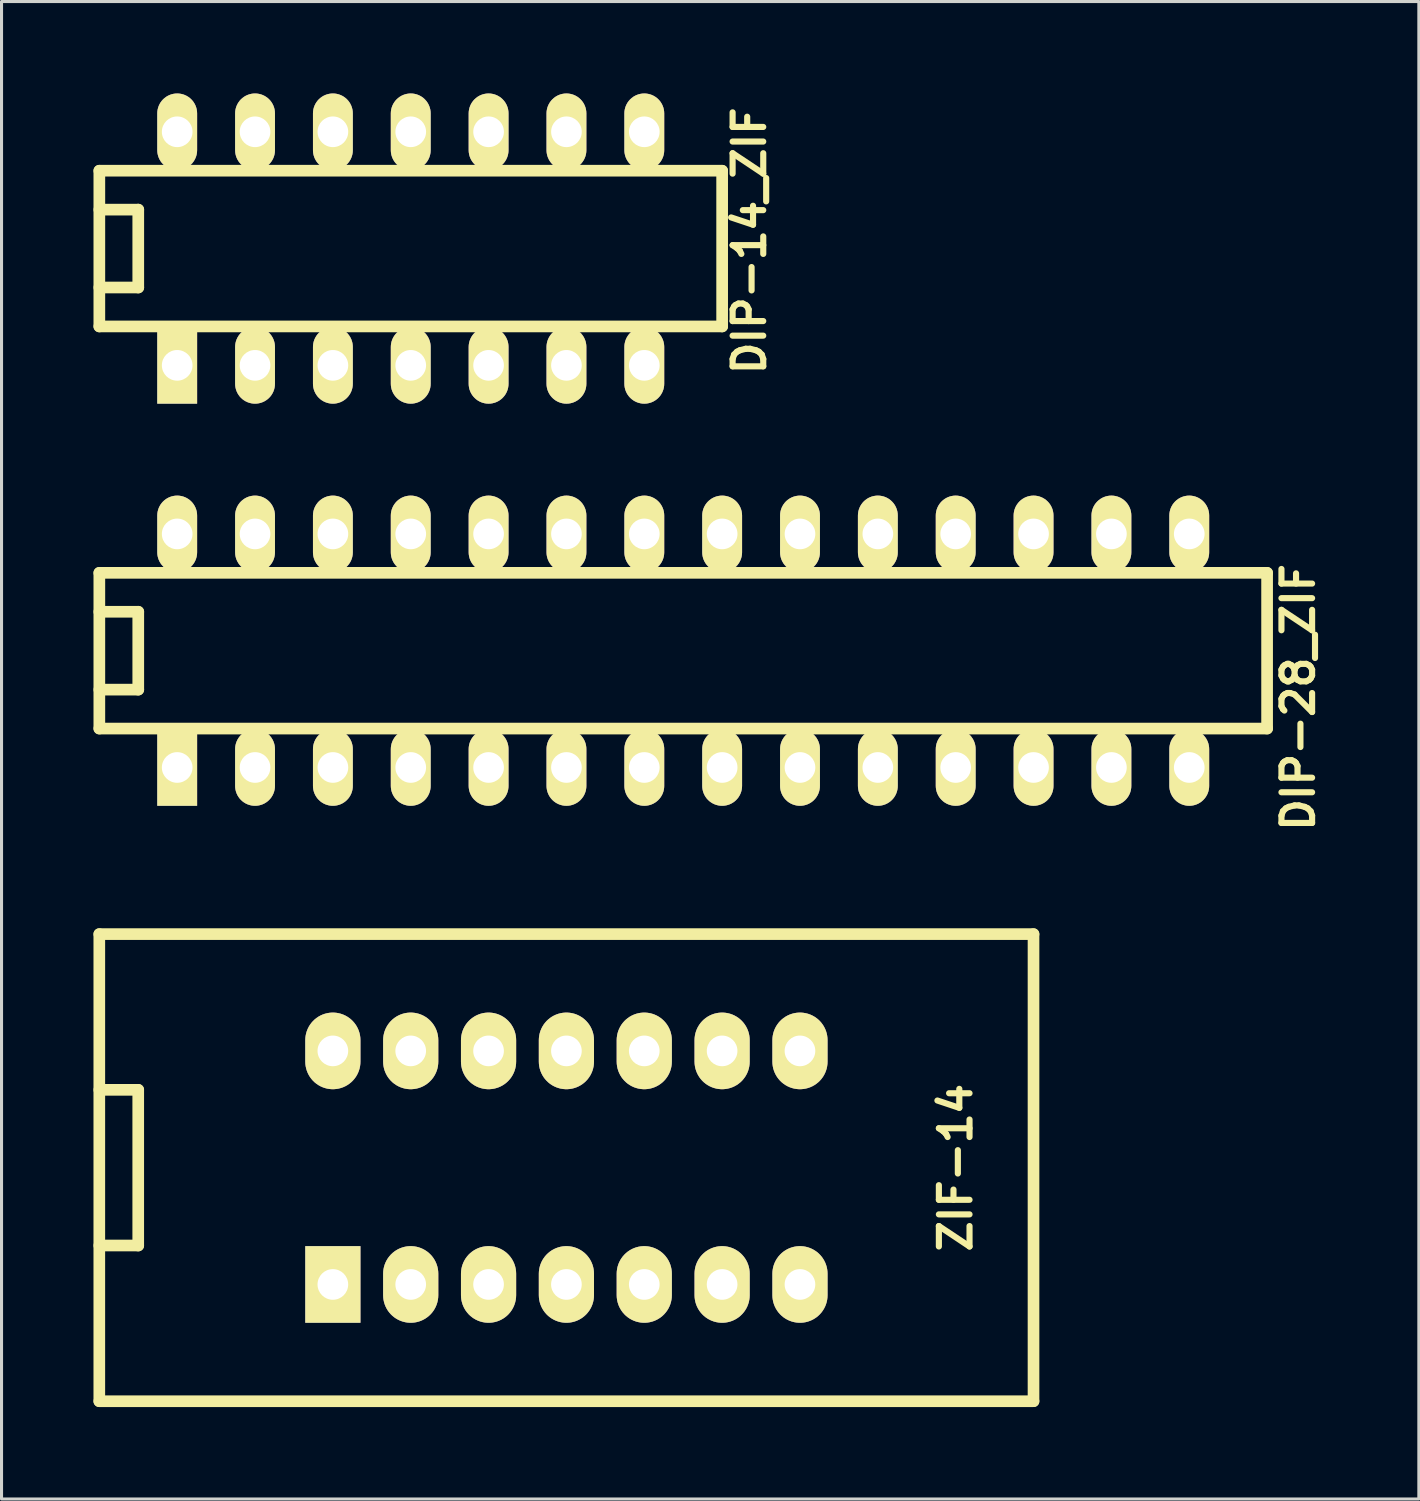
<source format=kicad_pcb>
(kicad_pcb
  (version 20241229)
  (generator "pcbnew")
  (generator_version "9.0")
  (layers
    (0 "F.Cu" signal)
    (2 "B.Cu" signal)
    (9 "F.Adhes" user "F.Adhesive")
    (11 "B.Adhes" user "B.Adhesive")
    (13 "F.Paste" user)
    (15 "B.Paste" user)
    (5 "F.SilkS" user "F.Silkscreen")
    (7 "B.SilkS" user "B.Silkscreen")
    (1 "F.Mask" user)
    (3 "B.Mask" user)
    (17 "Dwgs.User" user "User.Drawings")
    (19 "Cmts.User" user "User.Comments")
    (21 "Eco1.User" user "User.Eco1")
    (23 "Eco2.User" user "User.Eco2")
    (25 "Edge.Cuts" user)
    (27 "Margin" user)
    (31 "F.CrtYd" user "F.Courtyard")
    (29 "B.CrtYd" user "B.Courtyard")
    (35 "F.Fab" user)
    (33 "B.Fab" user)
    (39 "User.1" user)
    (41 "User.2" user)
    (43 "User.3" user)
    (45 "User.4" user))
  (footprint "DIP-28_ZIF"
    (layer "F.Cu")
    (at 19.241 18.18)
    (property "Reference" "DIP-28_ZIF" (at 20.066 1.524 90) (layer "F.SilkS") (effects (font (size 1 1) (thickness 0.2))))
    (attr through_hole)
    (fp_line (start -19.05 -2.54) (end 19.05 -2.54) (stroke (width 0.381) (type solid)) (layer "F.SilkS"))
    (fp_line (start -19.05 -1.27) (end -17.78 -1.27) (stroke (width 0.381) (type solid)) (layer "F.SilkS"))
    (fp_line (start -19.05 2.54) (end -19.05 -2.54) (stroke (width 0.381) (type solid)) (layer "F.SilkS"))
    (fp_line (start -17.78 -1.27) (end -17.78 1.27) (stroke (width 0.381) (type solid)) (layer "F.SilkS"))
    (fp_line (start -17.78 1.27) (end -19.05 1.27) (stroke (width 0.381) (type solid)) (layer "F.SilkS"))
    (fp_line (start 19.05 -2.54) (end 19.05 2.54) (stroke (width 0.381) (type solid)) (layer "F.SilkS"))
    (fp_line (start 19.05 2.54) (end -19.05 2.54) (stroke (width 0.381) (type solid)) (layer "F.SilkS"))
    (pad "1" thru_hole rect (at -16.51 3.81) (size 1.3 2.5) (drill 1) (layers "*.Cu" "*.Mask" "F.SilkS"))
    (pad "2" thru_hole oval (at -13.97 3.81) (size 1.3 2.5) (drill 1) (layers "*.Cu" "*.Mask" "F.SilkS"))
    (pad "3" thru_hole oval (at -11.43 3.81) (size 1.3 2.5) (drill 1) (layers "*.Cu" "*.Mask" "F.SilkS"))
    (pad "4" thru_hole oval (at -8.89 3.81) (size 1.3 2.5) (drill 1) (layers "*.Cu" "*.Mask" "F.SilkS"))
    (pad "5" thru_hole oval (at -6.35 3.81) (size 1.3 2.5) (drill 1) (layers "*.Cu" "*.Mask" "F.SilkS"))
    (pad "6" thru_hole oval (at -3.81 3.81) (size 1.3 2.5) (drill 1) (layers "*.Cu" "*.Mask" "F.SilkS"))
    (pad "7" thru_hole oval (at -1.27 3.81) (size 1.3 2.5) (drill 1) (layers "*.Cu" "*.Mask" "F.SilkS"))
    (pad "8" thru_hole oval (at 1.27 3.81) (size 1.3 2.5) (drill 1) (layers "*.Cu" "*.Mask" "F.SilkS"))
    (pad "9" thru_hole oval (at 3.81 3.81) (size 1.3 2.5) (drill 1) (layers "*.Cu" "*.Mask" "F.SilkS"))
    (pad "10" thru_hole oval (at 6.35 3.81) (size 1.3 2.5) (drill 1) (layers "*.Cu" "*.Mask" "F.SilkS"))
    (pad "11" thru_hole oval (at 8.89 3.81) (size 1.3 2.5) (drill 1) (layers "*.Cu" "*.Mask" "F.SilkS"))
    (pad "12" thru_hole oval (at 11.43 3.81) (size 1.3 2.5) (drill 1) (layers "*.Cu" "*.Mask" "F.SilkS"))
    (pad "13" thru_hole oval (at 13.97 3.81) (size 1.3 2.5) (drill 1) (layers "*.Cu" "*.Mask" "F.SilkS"))
    (pad "14" thru_hole oval (at 16.51 3.81) (size 1.3 2.5) (drill 1) (layers "*.Cu" "*.Mask" "F.SilkS"))
    (pad "15" thru_hole oval (at 16.51 -3.81) (size 1.3 2.5) (drill 1) (layers "*.Cu" "*.Mask" "F.SilkS"))
    (pad "16" thru_hole oval (at 13.97 -3.81) (size 1.3 2.5) (drill 1) (layers "*.Cu" "*.Mask" "F.SilkS"))
    (pad "17" thru_hole oval (at 11.43 -3.81) (size 1.3 2.5) (drill 1) (layers "*.Cu" "*.Mask" "F.SilkS"))
    (pad "18" thru_hole oval (at 8.89 -3.81) (size 1.3 2.5) (drill 1) (layers "*.Cu" "*.Mask" "F.SilkS"))
    (pad "19" thru_hole oval (at 6.35 -3.81) (size 1.3 2.5) (drill 1) (layers "*.Cu" "*.Mask" "F.SilkS"))
    (pad "20" thru_hole oval (at 3.81 -3.81) (size 1.3 2.5) (drill 1) (layers "*.Cu" "*.Mask" "F.SilkS"))
    (pad "21" thru_hole oval (at 1.27 -3.81) (size 1.3 2.5) (drill 1) (layers "*.Cu" "*.Mask" "F.SilkS"))
    (pad "22" thru_hole oval (at -1.27 -3.81) (size 1.3 2.5) (drill 1) (layers "*.Cu" "*.Mask" "F.SilkS"))
    (pad "23" thru_hole oval (at -3.81 -3.81) (size 1.3 2.5) (drill 1) (layers "*.Cu" "*.Mask" "F.SilkS"))
    (pad "24" thru_hole oval (at -6.35 -3.81) (size 1.3 2.5) (drill 1) (layers "*.Cu" "*.Mask" "F.SilkS"))
    (pad "25" thru_hole oval (at -8.89 -3.81) (size 1.3 2.5) (drill 1) (layers "*.Cu" "*.Mask" "F.SilkS"))
    (pad "26" thru_hole oval (at -11.43 -3.81) (size 1.3 2.5) (drill 1) (layers "*.Cu" "*.Mask" "F.SilkS"))
    (pad "27" thru_hole oval (at -13.97 -3.81) (size 1.3 2.5) (drill 1) (layers "*.Cu" "*.Mask" "F.SilkS"))
    (pad "28" thru_hole oval (at -16.51 -3.81) (size 1.3 2.5) (drill 1) (layers "*.Cu" "*.Mask" "F.SilkS")))
  (footprint "DIP-14_ZIF"
    (layer "F.Cu")
    (at 10.351 5.06)
    (property "Reference" "DIP-14_ZIF" (at 11.049 -0.254 90) (layer "F.SilkS") (effects (font (size 1 1) (thickness 0.2))))
    (attr through_hole)
    (fp_line (start -10.16 -2.54) (end 10.16 -2.54) (stroke (width 0.381) (type solid)) (layer "F.SilkS"))
    (fp_line (start -10.16 -1.27) (end -8.89 -1.27) (stroke (width 0.381) (type solid)) (layer "F.SilkS"))
    (fp_line (start -10.16 2.54) (end -10.16 -2.54) (stroke (width 0.381) (type solid)) (layer "F.SilkS"))
    (fp_line (start -8.89 -1.27) (end -8.89 1.27) (stroke (width 0.381) (type solid)) (layer "F.SilkS"))
    (fp_line (start -8.89 1.27) (end -10.16 1.27) (stroke (width 0.381) (type solid)) (layer "F.SilkS"))
    (fp_line (start 10.16 -2.54) (end 10.16 2.54) (stroke (width 0.381) (type solid)) (layer "F.SilkS"))
    (fp_line (start 10.16 2.54) (end -10.16 2.54) (stroke (width 0.381) (type solid)) (layer "F.SilkS"))
    (pad "1" thru_hole rect (at -7.62 3.81) (size 1.3 2.5) (drill 1) (layers "*.Cu" "*.Mask" "F.SilkS"))
    (pad "2" thru_hole oval (at -5.08 3.81) (size 1.3 2.5) (drill 1) (layers "*.Cu" "*.Mask" "F.SilkS"))
    (pad "3" thru_hole oval (at -2.54 3.81) (size 1.3 2.5) (drill 1) (layers "*.Cu" "*.Mask" "F.SilkS"))
    (pad "4" thru_hole oval (at 0 3.81) (size 1.3 2.5) (drill 1) (layers "*.Cu" "*.Mask" "F.SilkS"))
    (pad "5" thru_hole oval (at 2.54 3.81) (size 1.3 2.5) (drill 1) (layers "*.Cu" "*.Mask" "F.SilkS"))
    (pad "6" thru_hole oval (at 5.08 3.81) (size 1.3 2.5) (drill 1) (layers "*.Cu" "*.Mask" "F.SilkS"))
    (pad "7" thru_hole oval (at 7.62 3.81) (size 1.3 2.5) (drill 1) (layers "*.Cu" "*.Mask" "F.SilkS"))
    (pad "8" thru_hole oval (at 7.62 -3.81) (size 1.3 2.5) (drill 1) (layers "*.Cu" "*.Mask" "F.SilkS"))
    (pad "9" thru_hole oval (at 5.08 -3.81) (size 1.3 2.5) (drill 1) (layers "*.Cu" "*.Mask" "F.SilkS"))
    (pad "10" thru_hole oval (at 2.54 -3.81) (size 1.3 2.5) (drill 1) (layers "*.Cu" "*.Mask" "F.SilkS"))
    (pad "11" thru_hole oval (at 0 -3.81) (size 1.3 2.5) (drill 1) (layers "*.Cu" "*.Mask" "F.SilkS"))
    (pad "12" thru_hole oval (at -2.54 -3.81) (size 1.3 2.5) (drill 1) (layers "*.Cu" "*.Mask" "F.SilkS"))
    (pad "13" thru_hole oval (at -5.08 -3.81) (size 1.3 2.5) (drill 1) (layers "*.Cu" "*.Mask" "F.SilkS"))
    (pad "14" thru_hole oval (at -7.62 -3.81) (size 1.3 2.5) (drill 1) (layers "*.Cu" "*.Mask" "F.SilkS")))
  (footprint "ZIF-14"
    (layer "F.Cu")
    (at 15.43 35.047)
    (property "Reference" "ZIF-14" (at 12.7 0 90) (layer "F.SilkS") (effects (font (size 1 1) (thickness 0.2))))
    (attr through_hole)
    (fp_line (start -15.24 -7.62) (end 15.24 -7.62) (stroke (width 0.38) (type solid)) (layer "F.SilkS"))
    (fp_line (start -15.24 -2.54) (end -13.97 -2.54) (stroke (width 0.38) (type solid)) (layer "F.SilkS"))
    (fp_line (start -15.24 7.62) (end -15.24 -7.62) (stroke (width 0.38) (type solid)) (layer "F.SilkS"))
    (fp_line (start -13.97 -2.54) (end -13.97 2.54) (stroke (width 0.38) (type solid)) (layer "F.SilkS"))
    (fp_line (start -13.97 2.54) (end -15.24 2.54) (stroke (width 0.38) (type solid)) (layer "F.SilkS"))
    (fp_line (start 15.24 -7.62) (end 15.24 7.62) (stroke (width 0.38) (type solid)) (layer "F.SilkS"))
    (fp_line (start 15.24 7.62) (end -15.24 7.62) (stroke (width 0.38) (type solid)) (layer "F.SilkS"))
    (pad "1" thru_hole rect (at -7.62 3.81) (size 1.8 2.5) (drill 1) (layers "*.Cu" "*.Mask" "F.SilkS"))
    (pad "2" thru_hole oval (at -5.08 3.81) (size 1.8 2.5) (drill 1) (layers "*.Cu" "*.Mask" "F.SilkS"))
    (pad "3" thru_hole oval (at -2.54 3.81) (size 1.8 2.5) (drill 1) (layers "*.Cu" "*.Mask" "F.SilkS"))
    (pad "4" thru_hole oval (at 0 3.81) (size 1.8 2.5) (drill 1) (layers "*.Cu" "*.Mask" "F.SilkS"))
    (pad "5" thru_hole oval (at 2.54 3.81) (size 1.8 2.5) (drill 1) (layers "*.Cu" "*.Mask" "F.SilkS"))
    (pad "6" thru_hole oval (at 5.08 3.81) (size 1.8 2.5) (drill 1) (layers "*.Cu" "*.Mask" "F.SilkS"))
    (pad "7" thru_hole oval (at 7.62 3.81) (size 1.8 2.5) (drill 1) (layers "*.Cu" "*.Mask" "F.SilkS"))
    (pad "8" thru_hole oval (at 7.62 -3.81) (size 1.8 2.5) (drill 1) (layers "*.Cu" "*.Mask" "F.SilkS"))
    (pad "9" thru_hole oval (at 5.08 -3.81) (size 1.8 2.5) (drill 1) (layers "*.Cu" "*.Mask" "F.SilkS"))
    (pad "10" thru_hole oval (at 2.54 -3.81) (size 1.8 2.5) (drill 1) (layers "*.Cu" "*.Mask" "F.SilkS"))
    (pad "11" thru_hole oval (at 0 -3.81) (size 1.8 2.5) (drill 1) (layers "*.Cu" "*.Mask" "F.SilkS"))
    (pad "12" thru_hole oval (at -2.54 -3.81) (size 1.8 2.5) (drill 1) (layers "*.Cu" "*.Mask" "F.SilkS"))
    (pad "13" thru_hole oval (at -5.08 -3.81) (size 1.8 2.5) (drill 1) (layers "*.Cu" "*.Mask" "F.SilkS"))
    (pad "14" thru_hole oval (at -7.62 -3.81) (size 1.8 2.5) (drill 1) (layers "*.Cu" "*.Mask" "F.SilkS")))
  (gr_rect
    (start -3 -3)
    (end 43.242 45.857)
    (stroke (width 0.1) (type default))
    (fill no)
    (layer "Edge.Cuts")))
</source>
